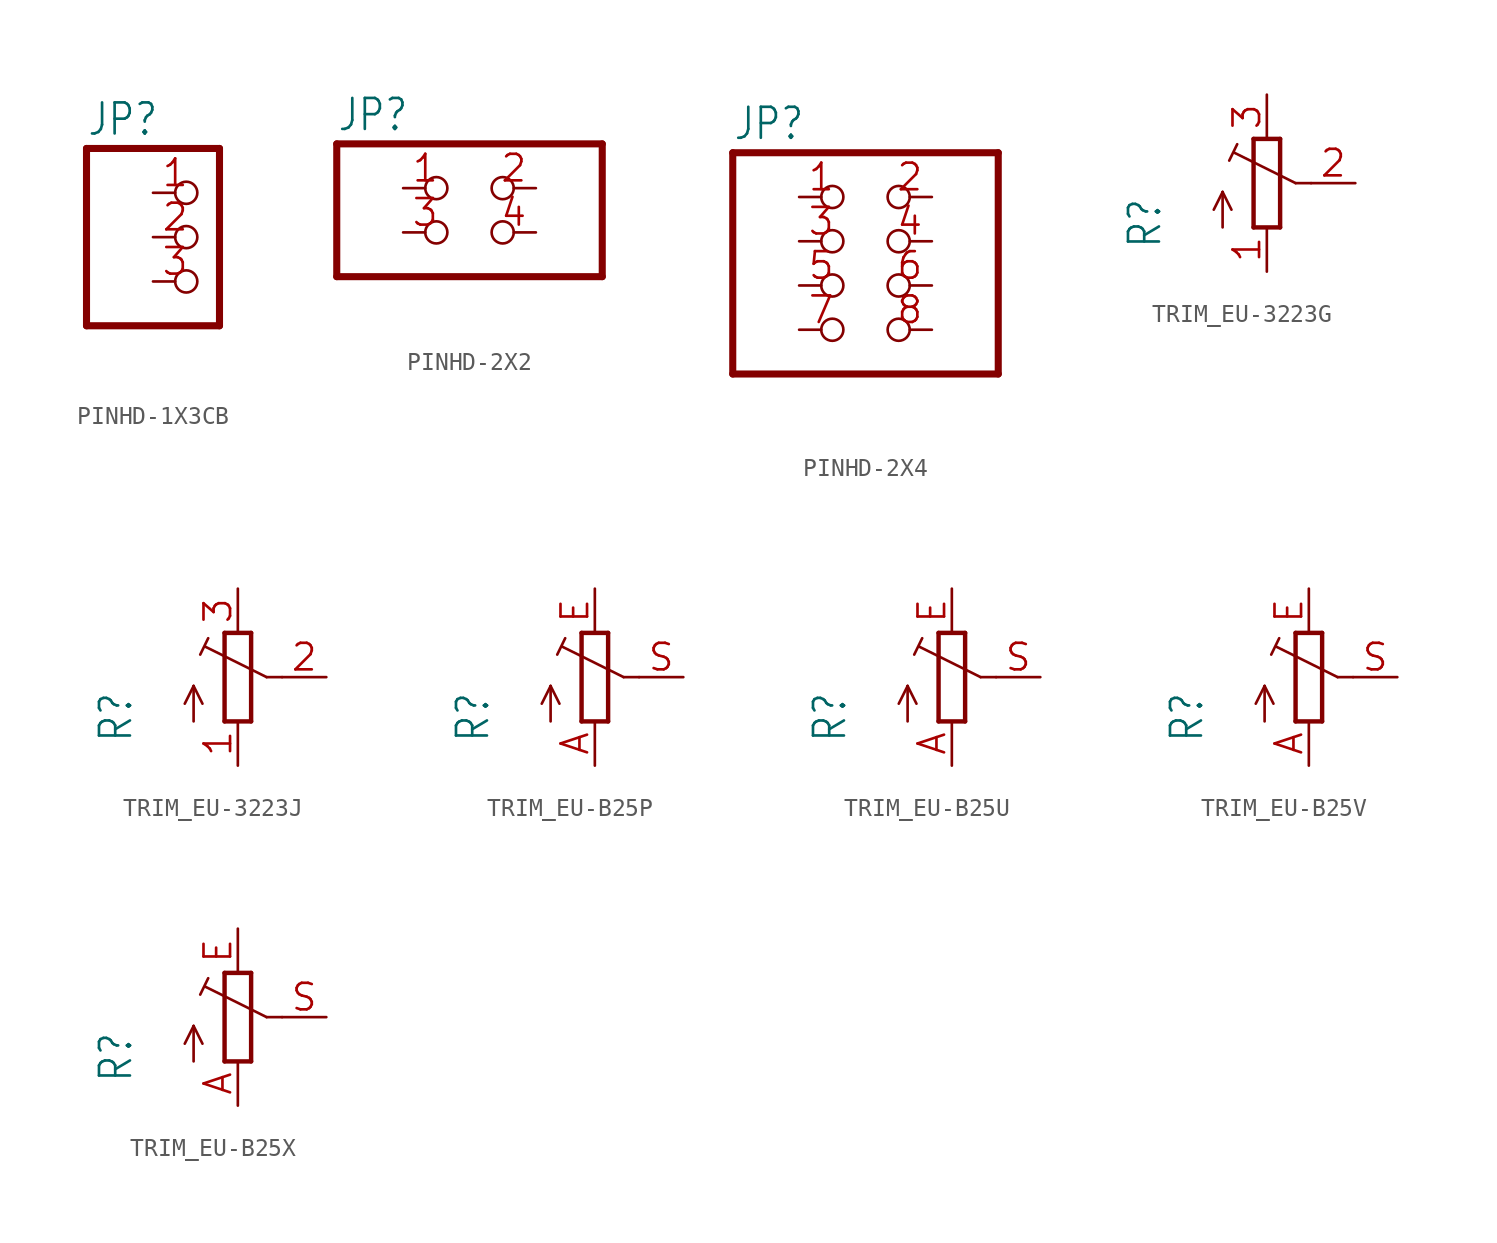
<source format=kicad_sym>
(kicad_symbol_lib
  (version 20241209)
  (generator "kicad_symbol_editor")
  (generator_version "9.0")
  (symbol "PINHD-1X3CB"
    (property "Reference" "JP"
      (at -6.35 5.715 0)
      (effects (font (size 1.778 1.511)) (justify left bottom)))
    (property "Value" ""
      (at -6.35 -7.62 0)
      (effects (font (size 1.778 1.511)) (justify left bottom)))
    (property "ki_locked" ""
      (at 0 0 0)
      (effects (font (size 1.27 1.27))))
    (symbol "PINHD-1X3CB_1_0"
      (polyline (pts (xy -6.35 5.08) (xy -6.35 -5.08)) (stroke (width 0.406) (type solid)) (fill (type none)))
      (polyline (pts (xy -6.35 -5.08) (xy 1.27 -5.08)) (stroke (width 0.406) (type solid)) (fill (type none)))
      (polyline (pts (xy 1.27 5.08) (xy -6.35 5.08)) (stroke (width 0.406) (type solid)) (fill (type none)))
      (polyline (pts (xy 1.27 -5.08) (xy 1.27 5.08)) (stroke (width 0.406) (type solid)) (fill (type none)))
      (pin passive inverted (at -2.54 2.54 0) (length 2.54) (name "1" (effects (font (size 0 0)))) (number "1" (effects (font (size 1.524 1.524)))))
      (pin passive inverted (at -2.54 0 0) (length 2.54) (name "2" (effects (font (size 0 0)))) (number "2" (effects (font (size 1.524 1.524)))))
      (pin passive inverted (at -2.54 -2.54 0) (length 2.54) (name "3" (effects (font (size 0 0)))) (number "3" (effects (font (size 1.524 1.524)))))))
  (symbol "PINHD-2X2"
    (property "Reference" "JP"
      (at -8.89 5.715 0)
      (effects (font (size 1.778 1.511)) (justify left bottom)))
    (property "Value" ""
      (at -8.89 -5.08 0)
      (effects (font (size 1.778 1.511)) (justify left bottom)))
    (property "ki_locked" ""
      (at 0 0 0)
      (effects (font (size 1.27 1.27))))
    (symbol "PINHD-2X2_1_0"
      (polyline (pts (xy -8.89 5.08) (xy -8.89 -2.54)) (stroke (width 0.406) (type solid)) (fill (type none)))
      (polyline (pts (xy -8.89 -2.54) (xy 6.35 -2.54)) (stroke (width 0.406) (type solid)) (fill (type none)))
      (polyline (pts (xy 6.35 5.08) (xy -8.89 5.08)) (stroke (width 0.406) (type solid)) (fill (type none)))
      (polyline (pts (xy 6.35 -2.54) (xy 6.35 5.08)) (stroke (width 0.406) (type solid)) (fill (type none)))
      (pin passive inverted (at -5.08 2.54 0) (length 2.54) (name "1" (effects (font (size 0 0)))) (number "1" (effects (font (size 1.524 1.524)))))
      (pin passive inverted (at -5.08 0 0) (length 2.54) (name "3" (effects (font (size 0 0)))) (number "3" (effects (font (size 1.524 1.524)))))
      (pin passive inverted (at 2.54 2.54 180) (length 2.54) (name "2" (effects (font (size 0 0)))) (number "2" (effects (font (size 1.524 1.524)))))
      (pin passive inverted (at 2.54 0 180) (length 2.54) (name "4" (effects (font (size 0 0)))) (number "4" (effects (font (size 1.524 1.524)))))))
  (symbol "PINHD-2X4"
    (property "Reference" "JP"
      (at -6.35 8.255 0)
      (effects (font (size 1.778 1.511)) (justify left bottom)))
    (property "Value" ""
      (at -6.35 -7.62 0)
      (effects (font (size 1.778 1.511)) (justify left bottom)))
    (property "ki_locked" ""
      (at 0 0 0)
      (effects (font (size 1.27 1.27))))
    (symbol "PINHD-2X4_1_0"
      (polyline (pts (xy -6.35 7.62) (xy -6.35 -5.08)) (stroke (width 0.406) (type solid)) (fill (type none)))
      (polyline (pts (xy -6.35 -5.08) (xy 8.89 -5.08)) (stroke (width 0.406) (type solid)) (fill (type none)))
      (polyline (pts (xy 8.89 7.62) (xy -6.35 7.62)) (stroke (width 0.406) (type solid)) (fill (type none)))
      (polyline (pts (xy 8.89 -5.08) (xy 8.89 7.62)) (stroke (width 0.406) (type solid)) (fill (type none)))
      (pin passive inverted (at -2.54 5.08 0) (length 2.54) (name "1" (effects (font (size 0 0)))) (number "1" (effects (font (size 1.524 1.524)))))
      (pin passive inverted (at -2.54 2.54 0) (length 2.54) (name "3" (effects (font (size 0 0)))) (number "3" (effects (font (size 1.524 1.524)))))
      (pin passive inverted (at -2.54 0 0) (length 2.54) (name "5" (effects (font (size 0 0)))) (number "5" (effects (font (size 1.524 1.524)))))
      (pin passive inverted (at -2.54 -2.54 0) (length 2.54) (name "7" (effects (font (size 0 0)))) (number "7" (effects (font (size 1.524 1.524)))))
      (pin passive inverted (at 5.08 5.08 180) (length 2.54) (name "2" (effects (font (size 0 0)))) (number "2" (effects (font (size 1.524 1.524)))))
      (pin passive inverted (at 5.08 2.54 180) (length 2.54) (name "4" (effects (font (size 0 0)))) (number "4" (effects (font (size 1.524 1.524)))))
      (pin passive inverted (at 5.08 0 180) (length 2.54) (name "6" (effects (font (size 0 0)))) (number "6" (effects (font (size 1.524 1.524)))))
      (pin passive inverted (at 5.08 -2.54 180) (length 2.54) (name "8" (effects (font (size 0 0)))) (number "8" (effects (font (size 1.524 1.524)))))))
  (symbol "TRIM_EU-3223G"
    (property "Reference" "R"
      (at -5.969 -3.81 90)
      (effects (font (size 1.778 1.511)) (justify left bottom)))
    (property "Value" ""
      (at -3.81 -3.81 90)
      (effects (font (size 1.778 1.511)) (justify left bottom)))
    (property "ki_locked" ""
      (at 0 0 0)
      (effects (font (size 1.27 1.27))))
    (symbol "TRIM_EU-3223G_1_0"
      (polyline (pts (xy -2.54 -0.508) (xy -3.048 -1.524)) (stroke (width 0.152) (type solid)) (fill (type none)))
      (polyline (pts (xy -2.54 -0.508) (xy -2.032 -1.524)) (stroke (width 0.152) (type solid)) (fill (type none)))
      (polyline (pts (xy -2.54 -2.54) (xy -2.54 -0.508)) (stroke (width 0.152) (type solid)) (fill (type none)))
      (polyline (pts (xy -2.16 1.294) (xy -1.702 2.235)) (stroke (width 0.152) (type solid)) (fill (type none)))
      (polyline (pts (xy -0.762 2.54) (xy -0.762 -2.54)) (stroke (width 0.254) (type solid)) (fill (type none)))
      (polyline (pts (xy -0.762 -2.54) (xy 0.762 -2.54)) (stroke (width 0.254) (type solid)) (fill (type none)))
      (polyline (pts (xy 0.762 2.54) (xy -0.762 2.54)) (stroke (width 0.254) (type solid)) (fill (type none)))
      (polyline (pts (xy 0.762 -2.54) (xy 0.762 2.54)) (stroke (width 0.254) (type solid)) (fill (type none)))
      (polyline (pts (xy 1.651 0) (xy -1.88 1.753)) (stroke (width 0.152) (type solid)) (fill (type none)))
      (polyline (pts (xy 2.54 0) (xy 1.651 0)) (stroke (width 0.152) (type solid)) (fill (type none)))
      (pin passive line (at 0 5.08 270) (length 2.54) (name "E" (effects (font (size 0 0)))) (number "3" (effects (font (size 1.524 1.524)))))
      (pin passive line (at 0 -5.08 90) (length 2.54) (name "A" (effects (font (size 0 0)))) (number "1" (effects (font (size 1.524 1.524)))))
      (pin passive line (at 5.08 0 180) (length 2.54) (name "S" (effects (font (size 0 0)))) (number "2" (effects (font (size 1.524 1.524)))))))
  (symbol "TRIM_EU-3223J"
    (property "Reference" "R"
      (at -5.969 -3.81 90)
      (effects (font (size 1.778 1.511)) (justify left bottom)))
    (property "Value" ""
      (at -3.81 -3.81 90)
      (effects (font (size 1.778 1.511)) (justify left bottom)))
    (property "ki_locked" ""
      (at 0 0 0)
      (effects (font (size 1.27 1.27))))
    (symbol "TRIM_EU-3223J_1_0"
      (polyline (pts (xy -2.54 -0.508) (xy -3.048 -1.524)) (stroke (width 0.152) (type solid)) (fill (type none)))
      (polyline (pts (xy -2.54 -0.508) (xy -2.032 -1.524)) (stroke (width 0.152) (type solid)) (fill (type none)))
      (polyline (pts (xy -2.54 -2.54) (xy -2.54 -0.508)) (stroke (width 0.152) (type solid)) (fill (type none)))
      (polyline (pts (xy -2.16 1.294) (xy -1.702 2.235)) (stroke (width 0.152) (type solid)) (fill (type none)))
      (polyline (pts (xy -0.762 2.54) (xy -0.762 -2.54)) (stroke (width 0.254) (type solid)) (fill (type none)))
      (polyline (pts (xy -0.762 -2.54) (xy 0.762 -2.54)) (stroke (width 0.254) (type solid)) (fill (type none)))
      (polyline (pts (xy 0.762 2.54) (xy -0.762 2.54)) (stroke (width 0.254) (type solid)) (fill (type none)))
      (polyline (pts (xy 0.762 -2.54) (xy 0.762 2.54)) (stroke (width 0.254) (type solid)) (fill (type none)))
      (polyline (pts (xy 1.651 0) (xy -1.88 1.753)) (stroke (width 0.152) (type solid)) (fill (type none)))
      (polyline (pts (xy 2.54 0) (xy 1.651 0)) (stroke (width 0.152) (type solid)) (fill (type none)))
      (pin passive line (at 0 5.08 270) (length 2.54) (name "E" (effects (font (size 0 0)))) (number "3" (effects (font (size 1.524 1.524)))))
      (pin passive line (at 0 -5.08 90) (length 2.54) (name "A" (effects (font (size 0 0)))) (number "1" (effects (font (size 1.524 1.524)))))
      (pin passive line (at 5.08 0 180) (length 2.54) (name "S" (effects (font (size 0 0)))) (number "2" (effects (font (size 1.524 1.524)))))))
  (symbol "TRIM_EU-B25P"
    (property "Reference" "R"
      (at -5.969 -3.81 90)
      (effects (font (size 1.778 1.511)) (justify left bottom)))
    (property "Value" ""
      (at -3.81 -3.81 90)
      (effects (font (size 1.778 1.511)) (justify left bottom)))
    (property "ki_locked" ""
      (at 0 0 0)
      (effects (font (size 1.27 1.27))))
    (symbol "TRIM_EU-B25P_1_0"
      (polyline (pts (xy -2.54 -0.508) (xy -3.048 -1.524)) (stroke (width 0.152) (type solid)) (fill (type none)))
      (polyline (pts (xy -2.54 -0.508) (xy -2.032 -1.524)) (stroke (width 0.152) (type solid)) (fill (type none)))
      (polyline (pts (xy -2.54 -2.54) (xy -2.54 -0.508)) (stroke (width 0.152) (type solid)) (fill (type none)))
      (polyline (pts (xy -2.16 1.294) (xy -1.702 2.235)) (stroke (width 0.152) (type solid)) (fill (type none)))
      (polyline (pts (xy -0.762 2.54) (xy -0.762 -2.54)) (stroke (width 0.254) (type solid)) (fill (type none)))
      (polyline (pts (xy -0.762 -2.54) (xy 0.762 -2.54)) (stroke (width 0.254) (type solid)) (fill (type none)))
      (polyline (pts (xy 0.762 2.54) (xy -0.762 2.54)) (stroke (width 0.254) (type solid)) (fill (type none)))
      (polyline (pts (xy 0.762 -2.54) (xy 0.762 2.54)) (stroke (width 0.254) (type solid)) (fill (type none)))
      (polyline (pts (xy 1.651 0) (xy -1.88 1.753)) (stroke (width 0.152) (type solid)) (fill (type none)))
      (polyline (pts (xy 2.54 0) (xy 1.651 0)) (stroke (width 0.152) (type solid)) (fill (type none)))
      (pin passive line (at 0 5.08 270) (length 2.54) (name "E" (effects (font (size 0 0)))) (number "E" (effects (font (size 1.524 1.524)))))
      (pin passive line (at 0 -5.08 90) (length 2.54) (name "A" (effects (font (size 0 0)))) (number "A" (effects (font (size 1.524 1.524)))))
      (pin passive line (at 5.08 0 180) (length 2.54) (name "S" (effects (font (size 0 0)))) (number "S" (effects (font (size 1.524 1.524)))))))
  (symbol "TRIM_EU-B25U"
    (property "Reference" "R"
      (at -5.969 -3.81 90)
      (effects (font (size 1.778 1.511)) (justify left bottom)))
    (property "Value" ""
      (at -3.81 -3.81 90)
      (effects (font (size 1.778 1.511)) (justify left bottom)))
    (property "ki_locked" ""
      (at 0 0 0)
      (effects (font (size 1.27 1.27))))
    (symbol "TRIM_EU-B25U_1_0"
      (polyline (pts (xy -2.54 -0.508) (xy -3.048 -1.524)) (stroke (width 0.152) (type solid)) (fill (type none)))
      (polyline (pts (xy -2.54 -0.508) (xy -2.032 -1.524)) (stroke (width 0.152) (type solid)) (fill (type none)))
      (polyline (pts (xy -2.54 -2.54) (xy -2.54 -0.508)) (stroke (width 0.152) (type solid)) (fill (type none)))
      (polyline (pts (xy -2.16 1.294) (xy -1.702 2.235)) (stroke (width 0.152) (type solid)) (fill (type none)))
      (polyline (pts (xy -0.762 2.54) (xy -0.762 -2.54)) (stroke (width 0.254) (type solid)) (fill (type none)))
      (polyline (pts (xy -0.762 -2.54) (xy 0.762 -2.54)) (stroke (width 0.254) (type solid)) (fill (type none)))
      (polyline (pts (xy 0.762 2.54) (xy -0.762 2.54)) (stroke (width 0.254) (type solid)) (fill (type none)))
      (polyline (pts (xy 0.762 -2.54) (xy 0.762 2.54)) (stroke (width 0.254) (type solid)) (fill (type none)))
      (polyline (pts (xy 1.651 0) (xy -1.88 1.753)) (stroke (width 0.152) (type solid)) (fill (type none)))
      (polyline (pts (xy 2.54 0) (xy 1.651 0)) (stroke (width 0.152) (type solid)) (fill (type none)))
      (pin passive line (at 0 5.08 270) (length 2.54) (name "E" (effects (font (size 0 0)))) (number "E" (effects (font (size 1.524 1.524)))))
      (pin passive line (at 0 -5.08 90) (length 2.54) (name "A" (effects (font (size 0 0)))) (number "A" (effects (font (size 1.524 1.524)))))
      (pin passive line (at 5.08 0 180) (length 2.54) (name "S" (effects (font (size 0 0)))) (number "S" (effects (font (size 1.524 1.524)))))))
  (symbol "TRIM_EU-B25V"
    (property "Reference" "R"
      (at -5.969 -3.81 90)
      (effects (font (size 1.778 1.511)) (justify left bottom)))
    (property "Value" ""
      (at -3.81 -3.81 90)
      (effects (font (size 1.778 1.511)) (justify left bottom)))
    (property "ki_locked" ""
      (at 0 0 0)
      (effects (font (size 1.27 1.27))))
    (symbol "TRIM_EU-B25V_1_0"
      (polyline (pts (xy -2.54 -0.508) (xy -3.048 -1.524)) (stroke (width 0.152) (type solid)) (fill (type none)))
      (polyline (pts (xy -2.54 -0.508) (xy -2.032 -1.524)) (stroke (width 0.152) (type solid)) (fill (type none)))
      (polyline (pts (xy -2.54 -2.54) (xy -2.54 -0.508)) (stroke (width 0.152) (type solid)) (fill (type none)))
      (polyline (pts (xy -2.16 1.294) (xy -1.702 2.235)) (stroke (width 0.152) (type solid)) (fill (type none)))
      (polyline (pts (xy -0.762 2.54) (xy -0.762 -2.54)) (stroke (width 0.254) (type solid)) (fill (type none)))
      (polyline (pts (xy -0.762 -2.54) (xy 0.762 -2.54)) (stroke (width 0.254) (type solid)) (fill (type none)))
      (polyline (pts (xy 0.762 2.54) (xy -0.762 2.54)) (stroke (width 0.254) (type solid)) (fill (type none)))
      (polyline (pts (xy 0.762 -2.54) (xy 0.762 2.54)) (stroke (width 0.254) (type solid)) (fill (type none)))
      (polyline (pts (xy 1.651 0) (xy -1.88 1.753)) (stroke (width 0.152) (type solid)) (fill (type none)))
      (polyline (pts (xy 2.54 0) (xy 1.651 0)) (stroke (width 0.152) (type solid)) (fill (type none)))
      (pin passive line (at 0 5.08 270) (length 2.54) (name "E" (effects (font (size 0 0)))) (number "E" (effects (font (size 1.524 1.524)))))
      (pin passive line (at 0 -5.08 90) (length 2.54) (name "A" (effects (font (size 0 0)))) (number "A" (effects (font (size 1.524 1.524)))))
      (pin passive line (at 5.08 0 180) (length 2.54) (name "S" (effects (font (size 0 0)))) (number "S" (effects (font (size 1.524 1.524)))))))
  (symbol "TRIM_EU-B25X"
    (property "Reference" "R"
      (at -5.969 -3.81 90)
      (effects (font (size 1.778 1.511)) (justify left bottom)))
    (property "Value" ""
      (at -3.81 -3.81 90)
      (effects (font (size 1.778 1.511)) (justify left bottom)))
    (property "ki_locked" ""
      (at 0 0 0)
      (effects (font (size 1.27 1.27))))
    (symbol "TRIM_EU-B25X_1_0"
      (polyline (pts (xy -2.54 -0.508) (xy -3.048 -1.524)) (stroke (width 0.152) (type solid)) (fill (type none)))
      (polyline (pts (xy -2.54 -0.508) (xy -2.032 -1.524)) (stroke (width 0.152) (type solid)) (fill (type none)))
      (polyline (pts (xy -2.54 -2.54) (xy -2.54 -0.508)) (stroke (width 0.152) (type solid)) (fill (type none)))
      (polyline (pts (xy -2.16 1.294) (xy -1.702 2.235)) (stroke (width 0.152) (type solid)) (fill (type none)))
      (polyline (pts (xy -0.762 2.54) (xy -0.762 -2.54)) (stroke (width 0.254) (type solid)) (fill (type none)))
      (polyline (pts (xy -0.762 -2.54) (xy 0.762 -2.54)) (stroke (width 0.254) (type solid)) (fill (type none)))
      (polyline (pts (xy 0.762 2.54) (xy -0.762 2.54)) (stroke (width 0.254) (type solid)) (fill (type none)))
      (polyline (pts (xy 0.762 -2.54) (xy 0.762 2.54)) (stroke (width 0.254) (type solid)) (fill (type none)))
      (polyline (pts (xy 1.651 0) (xy -1.88 1.753)) (stroke (width 0.152) (type solid)) (fill (type none)))
      (polyline (pts (xy 2.54 0) (xy 1.651 0)) (stroke (width 0.152) (type solid)) (fill (type none)))
      (pin passive line (at 0 5.08 270) (length 2.54) (name "E" (effects (font (size 0 0)))) (number "E" (effects (font (size 1.524 1.524)))))
      (pin passive line (at 0 -5.08 90) (length 2.54) (name "A" (effects (font (size 0 0)))) (number "A" (effects (font (size 1.524 1.524)))))
      (pin passive line (at 5.08 0 180) (length 2.54) (name "S" (effects (font (size 0 0)))) (number "S" (effects (font (size 1.524 1.524))))))))
</source>
